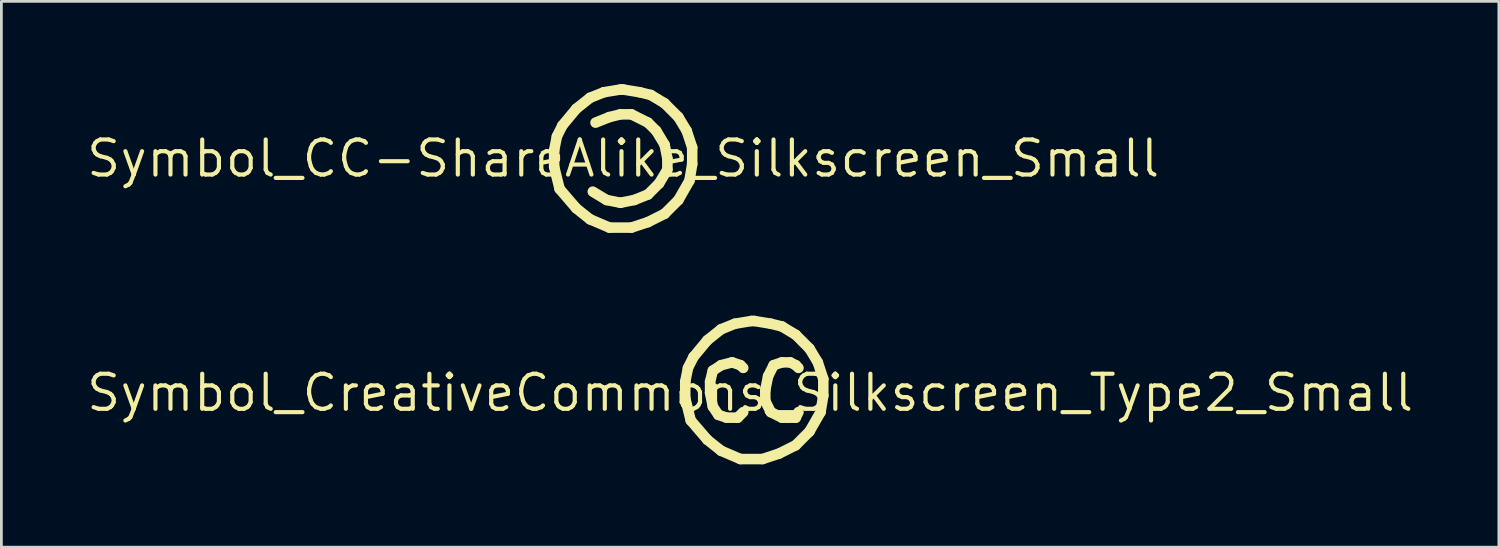
<source format=kicad_pcb>
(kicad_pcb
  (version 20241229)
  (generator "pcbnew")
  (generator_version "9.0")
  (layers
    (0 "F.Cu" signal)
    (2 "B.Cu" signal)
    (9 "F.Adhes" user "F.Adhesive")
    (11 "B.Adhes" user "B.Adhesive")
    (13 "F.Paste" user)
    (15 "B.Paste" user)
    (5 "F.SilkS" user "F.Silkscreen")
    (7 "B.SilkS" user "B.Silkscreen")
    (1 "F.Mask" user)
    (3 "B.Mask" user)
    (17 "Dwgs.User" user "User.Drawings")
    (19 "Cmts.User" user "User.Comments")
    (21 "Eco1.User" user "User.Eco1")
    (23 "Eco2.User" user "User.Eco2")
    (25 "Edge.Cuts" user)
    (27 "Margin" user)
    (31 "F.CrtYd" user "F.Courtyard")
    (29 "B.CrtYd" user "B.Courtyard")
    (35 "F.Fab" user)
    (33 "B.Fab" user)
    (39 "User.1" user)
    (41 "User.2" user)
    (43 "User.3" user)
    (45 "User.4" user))
  (footprint "Symbol_CreativeCommons_Silkscreen_Type2_Small"
    (layer "F.Cu")
    (at 24.107 11.17)
    (property "Reference" "Symbol_CreativeCommons_Silkscreen_Type2_Small" (at 0 0 0) (layer "F.SilkS") (effects (font (size 1.27 1.27) (thickness 0.15))))
    (attr exclude_from_pos_files exclude_from_bom)
    (fp_line (start -2.349 -0.4) (end -2.349 0.2) (stroke (width 0.381) (type solid)) (layer "F.SilkS"))
    (fp_line (start -2.349 0.2) (end -2.151 1) (stroke (width 0.381) (type solid)) (layer "F.SilkS"))
    (fp_line (start -2.25 -0.9) (end -2.349 -0.4) (stroke (width 0.381) (type solid)) (layer "F.SilkS"))
    (fp_line (start -2.151 1) (end -1.549 1.701) (stroke (width 0.381) (type solid)) (layer "F.SilkS"))
    (fp_line (start -2.05 -1.299) (end -2.25 -0.9) (stroke (width 0.381) (type solid)) (layer "F.SilkS"))
    (fp_line (start -1.549 -1.901) (end -2.05 -1.299) (stroke (width 0.381) (type solid)) (layer "F.SilkS"))
    (fp_line (start -1.549 1.701) (end -1.049 2.1) (stroke (width 0.381) (type solid)) (layer "F.SilkS"))
    (fp_line (start -1.45 -0.4) (end -1.45 -0.001) (stroke (width 0.381) (type solid)) (layer "F.SilkS"))
    (fp_line (start -1.45 -0.001) (end -1.351 0.499) (stroke (width 0.381) (type solid)) (layer "F.SilkS"))
    (fp_line (start -1.351 -0.801) (end -1.45 -0.4) (stroke (width 0.381) (type solid)) (layer "F.SilkS"))
    (fp_line (start -1.351 0.499) (end -1.15 0.799) (stroke (width 0.381) (type solid)) (layer "F.SilkS"))
    (fp_line (start -1.15 0.799) (end -0.851 0.901) (stroke (width 0.381) (type solid)) (layer "F.SilkS"))
    (fp_line (start -1.049 -2.3) (end -1.549 -1.901) (stroke (width 0.381) (type solid)) (layer "F.SilkS"))
    (fp_line (start -1.049 -0.999) (end -1.351 -0.801) (stroke (width 0.381) (type solid)) (layer "F.SilkS"))
    (fp_line (start -1.049 2.1) (end -0.35 2.399) (stroke (width 0.381) (type solid)) (layer "F.SilkS"))
    (fp_line (start -0.851 0.901) (end -0.449 0.901) (stroke (width 0.381) (type solid)) (layer "F.SilkS"))
    (fp_line (start -0.65 -1.101) (end -1.049 -0.999) (stroke (width 0.381) (type solid)) (layer "F.SilkS"))
    (fp_line (start -0.551 -2.5) (end -1.049 -2.3) (stroke (width 0.381) (type solid)) (layer "F.SilkS"))
    (fp_line (start -0.449 0.901) (end -0.249 0.7) (stroke (width 0.381) (type solid)) (layer "F.SilkS"))
    (fp_line (start -0.35 -0.999) (end -0.65 -1.101) (stroke (width 0.381) (type solid)) (layer "F.SilkS"))
    (fp_line (start -0.35 2.399) (end 0.45 2.399) (stroke (width 0.381) (type solid)) (layer "F.SilkS"))
    (fp_line (start -0.249 -0.9) (end -0.35 -0.999) (stroke (width 0.381) (type solid)) (layer "F.SilkS"))
    (fp_line (start 0.051 -2.599) (end -0.551 -2.5) (stroke (width 0.381) (type solid)) (layer "F.SilkS"))
    (fp_line (start 0.15 -2.599) (end 0.051 -2.599) (stroke (width 0.381) (type solid)) (layer "F.SilkS"))
    (fp_line (start 0.45 2.399) (end 1.049 2.201) (stroke (width 0.381) (type solid)) (layer "F.SilkS"))
    (fp_line (start 0.549 -0.1) (end 0.549 0.299) (stroke (width 0.381) (type solid)) (layer "F.SilkS"))
    (fp_line (start 0.549 0.299) (end 0.749 0.7) (stroke (width 0.381) (type solid)) (layer "F.SilkS"))
    (fp_line (start 0.65 -0.6) (end 0.549 -0.1) (stroke (width 0.381) (type solid)) (layer "F.SilkS"))
    (fp_line (start 0.749 -2.5) (end 0.15 -2.599) (stroke (width 0.381) (type solid)) (layer "F.SilkS"))
    (fp_line (start 0.749 0.7) (end 1.151 0.901) (stroke (width 0.381) (type solid)) (layer "F.SilkS"))
    (fp_line (start 0.851 -0.999) (end 0.65 -0.6) (stroke (width 0.381) (type solid)) (layer "F.SilkS"))
    (fp_line (start 1.049 2.201) (end 1.651 1.899) (stroke (width 0.381) (type solid)) (layer "F.SilkS"))
    (fp_line (start 1.151 -2.401) (end 0.749 -2.5) (stroke (width 0.381) (type solid)) (layer "F.SilkS"))
    (fp_line (start 1.151 -1.101) (end 0.851 -0.999) (stroke (width 0.381) (type solid)) (layer "F.SilkS"))
    (fp_line (start 1.151 0.901) (end 1.349 0.901) (stroke (width 0.381) (type solid)) (layer "F.SilkS"))
    (fp_line (start 1.349 0.901) (end 1.651 0.901) (stroke (width 0.381) (type solid)) (layer "F.SilkS"))
    (fp_line (start 1.45 -1.101) (end 1.151 -1.101) (stroke (width 0.381) (type solid)) (layer "F.SilkS"))
    (fp_line (start 1.651 -2.099) (end 1.151 -2.401) (stroke (width 0.381) (type solid)) (layer "F.SilkS"))
    (fp_line (start 1.651 -0.999) (end 1.45 -1.101) (stroke (width 0.381) (type solid)) (layer "F.SilkS"))
    (fp_line (start 1.651 0.901) (end 1.75 0.7) (stroke (width 0.381) (type solid)) (layer "F.SilkS"))
    (fp_line (start 1.651 1.899) (end 2.149 1.401) (stroke (width 0.381) (type solid)) (layer "F.SilkS"))
    (fp_line (start 1.75 -0.9) (end 1.651 -0.999) (stroke (width 0.381) (type solid)) (layer "F.SilkS"))
    (fp_line (start 2.149 -1.601) (end 1.651 -2.099) (stroke (width 0.381) (type solid)) (layer "F.SilkS"))
    (fp_line (start 2.149 1.401) (end 2.55 0.7) (stroke (width 0.381) (type solid)) (layer "F.SilkS"))
    (fp_line (start 2.451 -1.101) (end 2.149 -1.601) (stroke (width 0.381) (type solid)) (layer "F.SilkS"))
    (fp_line (start 2.55 0.7) (end 2.649 0.101) (stroke (width 0.381) (type solid)) (layer "F.SilkS"))
    (fp_line (start 2.649 -0.499) (end 2.451 -1.101) (stroke (width 0.381) (type solid)) (layer "F.SilkS"))
    (fp_line (start 2.649 0.101) (end 2.649 -0.499) (stroke (width 0.381) (type solid)) (layer "F.SilkS")))
  (footprint "Symbol_CC-ShareAlike_Silkscreen_Small"
    (layer "F.Cu")
    (at 19.511 2.69)
    (property "Reference" "Symbol_CC-ShareAlike_Silkscreen_Small" (at 0 0 0) (layer "F.SilkS") (effects (font (size 1.27 1.27) (thickness 0.15))))
    (attr exclude_from_pos_files exclude_from_bom)
    (fp_line (start -2.499 -0.3) (end -2.499 0.3) (stroke (width 0.381) (type solid)) (layer "F.SilkS"))
    (fp_line (start -2.499 0.3) (end -2.301 1.1) (stroke (width 0.381) (type solid)) (layer "F.SilkS"))
    (fp_line (start -2.4 -0.8) (end -2.499 -0.3) (stroke (width 0.381) (type solid)) (layer "F.SilkS"))
    (fp_line (start -2.301 1.1) (end -1.699 1.801) (stroke (width 0.381) (type solid)) (layer "F.SilkS"))
    (fp_line (start -2.2 -1.199) (end -2.4 -0.8) (stroke (width 0.381) (type solid)) (layer "F.SilkS"))
    (fp_line (start -1.699 -1.801) (end -2.2 -1.199) (stroke (width 0.381) (type solid)) (layer "F.SilkS"))
    (fp_line (start -1.699 1.801) (end -1.199 2.2) (stroke (width 0.381) (type solid)) (layer "F.SilkS"))
    (fp_line (start -1.199 -2.2) (end -1.699 -1.801) (stroke (width 0.381) (type solid)) (layer "F.SilkS"))
    (fp_line (start -1.199 2.2) (end -0.5 2.499) (stroke (width 0.381) (type solid)) (layer "F.SilkS"))
    (fp_line (start -1.1 1.199) (end -0.599 1.501) (stroke (width 0.381) (type solid)) (layer "F.SilkS"))
    (fp_line (start -0.701 -2.4) (end -1.199 -2.2) (stroke (width 0.381) (type solid)) (layer "F.SilkS"))
    (fp_line (start -0.599 1.501) (end -0.099 1.6) (stroke (width 0.381) (type solid)) (layer "F.SilkS"))
    (fp_line (start -0.5 -1.501) (end -1.001 -1.3) (stroke (width 0.381) (type solid)) (layer "F.SilkS"))
    (fp_line (start -0.5 2.499) (end 0.3 2.499) (stroke (width 0.381) (type solid)) (layer "F.SilkS"))
    (fp_line (start -0.099 -2.499) (end -0.701 -2.4) (stroke (width 0.381) (type solid)) (layer "F.SilkS"))
    (fp_line (start -0.099 -1.6) (end -0.5 -1.501) (stroke (width 0.381) (type solid)) (layer "F.SilkS"))
    (fp_line (start -0.099 1.6) (end 0.399 1.501) (stroke (width 0.381) (type solid)) (layer "F.SilkS"))
    (fp_line (start 0 -2.499) (end -0.099 -2.499) (stroke (width 0.381) (type solid)) (layer "F.SilkS"))
    (fp_line (start 0.3 -1.6) (end -0.099 -1.6) (stroke (width 0.381) (type solid)) (layer "F.SilkS"))
    (fp_line (start 0.3 2.499) (end 0.899 2.301) (stroke (width 0.381) (type solid)) (layer "F.SilkS"))
    (fp_line (start 0.399 1.501) (end 0.899 1.3) (stroke (width 0.381) (type solid)) (layer "F.SilkS"))
    (fp_line (start 0.599 -2.4) (end 0 -2.499) (stroke (width 0.381) (type solid)) (layer "F.SilkS"))
    (fp_line (start 0.899 -1.3) (end 0.3 -1.6) (stroke (width 0.381) (type solid)) (layer "F.SilkS"))
    (fp_line (start 0.899 1.3) (end 1.3 0.899) (stroke (width 0.381) (type solid)) (layer "F.SilkS"))
    (fp_line (start 0.899 2.301) (end 1.501 1.999) (stroke (width 0.381) (type solid)) (layer "F.SilkS"))
    (fp_line (start 1.001 -2.301) (end 0.599 -2.4) (stroke (width 0.381) (type solid)) (layer "F.SilkS"))
    (fp_line (start 1.199 -1.001) (end 0.899 -1.3) (stroke (width 0.381) (type solid)) (layer "F.SilkS"))
    (fp_line (start 1.3 0.899) (end 1.6 0.399) (stroke (width 0.381) (type solid)) (layer "F.SilkS"))
    (fp_line (start 1.501 -1.999) (end 1.001 -2.301) (stroke (width 0.381) (type solid)) (layer "F.SilkS"))
    (fp_line (start 1.501 -0.5) (end 1.199 -1.001) (stroke (width 0.381) (type solid)) (layer "F.SilkS"))
    (fp_line (start 1.501 1.999) (end 1.999 1.501) (stroke (width 0.381) (type solid)) (layer "F.SilkS"))
    (fp_line (start 1.6 0) (end 1.501 -0.5) (stroke (width 0.381) (type solid)) (layer "F.SilkS"))
    (fp_line (start 1.6 0.399) (end 1.6 0) (stroke (width 0.381) (type solid)) (layer "F.SilkS"))
    (fp_line (start 1.999 -1.501) (end 1.501 -1.999) (stroke (width 0.381) (type solid)) (layer "F.SilkS"))
    (fp_line (start 1.999 1.501) (end 2.4 0.8) (stroke (width 0.381) (type solid)) (layer "F.SilkS"))
    (fp_line (start 2.301 -1.001) (end 1.999 -1.501) (stroke (width 0.381) (type solid)) (layer "F.SilkS"))
    (fp_line (start 2.4 0.8) (end 2.499 0.201) (stroke (width 0.381) (type solid)) (layer "F.SilkS"))
    (fp_line (start 2.499 -0.399) (end 2.301 -1.001) (stroke (width 0.381) (type solid)) (layer "F.SilkS"))
    (fp_line (start 2.499 0.201) (end 2.499 -0.399) (stroke (width 0.381) (type solid)) (layer "F.SilkS")))
  (gr_rect
    (start -3 -3)
    (end 51.214 16.759)
    (stroke (width 0.1) (type default))
    (fill no)
    (layer "Edge.Cuts")))
</source>
